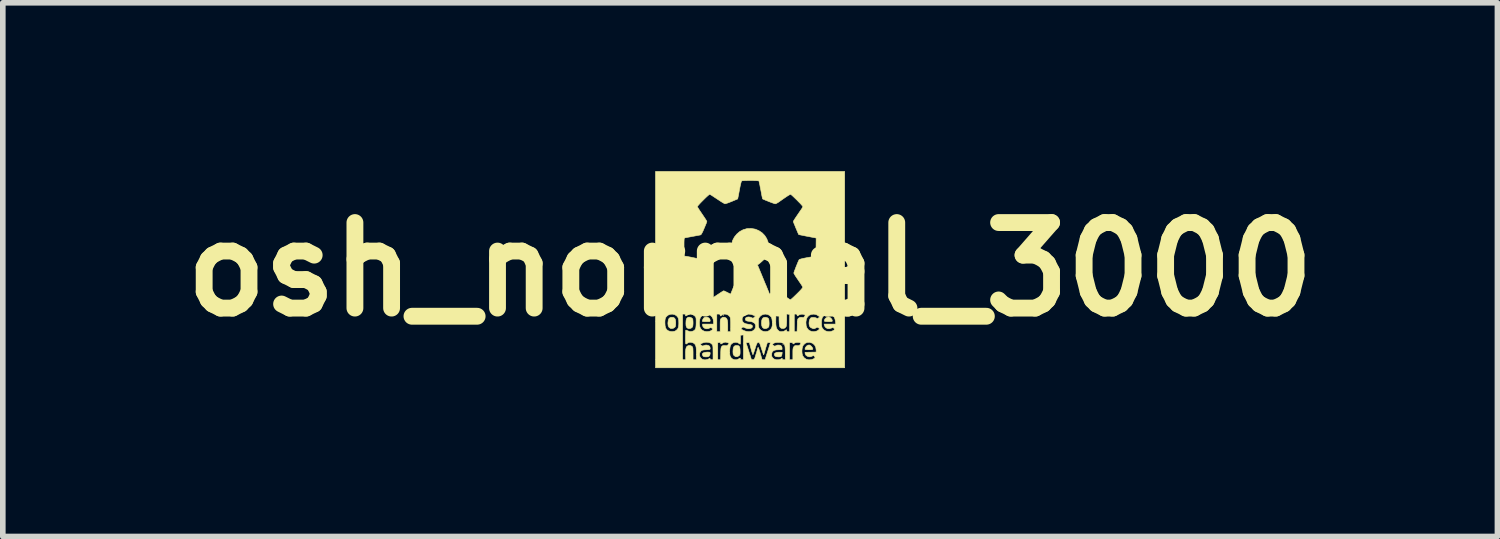
<source format=kicad_pcb>
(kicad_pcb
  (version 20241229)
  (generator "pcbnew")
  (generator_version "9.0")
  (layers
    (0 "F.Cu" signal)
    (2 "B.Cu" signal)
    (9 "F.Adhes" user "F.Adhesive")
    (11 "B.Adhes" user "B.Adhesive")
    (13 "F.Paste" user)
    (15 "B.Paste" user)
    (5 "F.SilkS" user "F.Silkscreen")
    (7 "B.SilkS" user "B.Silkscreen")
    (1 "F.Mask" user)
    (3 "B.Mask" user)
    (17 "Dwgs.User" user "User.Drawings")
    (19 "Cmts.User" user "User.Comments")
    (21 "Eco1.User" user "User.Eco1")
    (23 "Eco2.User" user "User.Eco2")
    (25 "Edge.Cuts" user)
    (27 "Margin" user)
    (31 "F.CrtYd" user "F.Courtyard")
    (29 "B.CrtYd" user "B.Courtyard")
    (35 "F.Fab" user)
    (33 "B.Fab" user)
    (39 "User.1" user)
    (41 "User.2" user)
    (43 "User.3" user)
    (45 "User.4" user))
  (footprint "osh_normal_3000"
    (layer "F.Cu")
    (at 10.312 1.749)
    (property "Reference" "osh_normal_3000" (at 0 0 0) (layer "F.SilkS") (effects (font (size 1.524 1.524) (thickness 0.3))))
    (attr through_hole)
    (fp_poly (pts (xy -0.474 0.817) (xy -0.478 0.821) (xy -0.483 0.817) (xy -0.478 0.813) (xy -0.474 0.817)) (stroke (width 0.01) (type solid)) (fill yes) (layer "F.SilkS"))
    (fp_poly (pts (xy 0.593 1.333) (xy 0.588 1.338) (xy 0.584 1.333) (xy 0.588 1.329) (xy 0.593 1.333)) (stroke (width 0.01) (type solid)) (fill yes) (layer "F.SilkS"))
    (fp_poly (pts (xy 0.522 1.475) (xy 0.572 1.477) (xy 0.569 1.507) (xy 0.564 1.53) (xy 0.558 1.546) (xy 0.557 1.547) (xy 0.542 1.555) (xy 0.517 1.558) (xy 0.489 1.557) (xy 0.463 1.553) (xy 0.446 1.545) (xy 0.445 1.545) (xy 0.432 1.523) (xy 0.433 1.504) (xy 0.449 1.489) (xy 0.475 1.478) (xy 0.512 1.475) (xy 0.522 1.475)) (stroke (width 0.01) (type solid)) (fill yes) (layer "F.SilkS"))
    (fp_poly (pts (xy 1.42 0.854) (xy 1.442 0.871) (xy 1.459 0.894) (xy 1.465 0.915) (xy 1.463 0.923) (xy 1.456 0.928) (xy 1.44 0.93) (xy 1.412 0.931) (xy 1.397 0.931) (xy 1.365 0.93) (xy 1.34 0.928) (xy 1.326 0.924) (xy 1.325 0.923) (xy 1.323 0.905) (xy 1.333 0.884) (xy 1.351 0.865) (xy 1.374 0.852) (xy 1.397 0.847) (xy 1.42 0.854)) (stroke (width 0.01) (type solid)) (fill yes) (layer "F.SilkS"))
    (fp_poly (pts (xy -0.762 0.851) (xy -0.736 0.864) (xy -0.717 0.885) (xy -0.711 0.91) (xy -0.712 0.921) (xy -0.716 0.927) (xy -0.728 0.93) (xy -0.75 0.931) (xy -0.778 0.931) (xy -0.809 0.931) (xy -0.834 0.929) (xy -0.848 0.927) (xy -0.849 0.926) (xy -0.85 0.914) (xy -0.844 0.895) (xy -0.833 0.875) (xy -0.82 0.86) (xy -0.819 0.859) (xy -0.791 0.849) (xy -0.762 0.851)) (stroke (width 0.01) (type solid)) (fill yes) (layer "F.SilkS"))
    (fp_poly (pts (xy -0.731 1.474) (xy -0.717 1.477) (xy -0.712 1.484) (xy -0.711 1.497) (xy -0.716 1.522) (xy -0.724 1.539) (xy -0.736 1.55) (xy -0.752 1.556) (xy -0.779 1.558) (xy -0.783 1.558) (xy -0.812 1.557) (xy -0.829 1.552) (xy -0.84 1.542) (xy -0.842 1.538) (xy -0.852 1.514) (xy -0.845 1.495) (xy -0.823 1.482) (xy -0.787 1.475) (xy -0.757 1.473) (xy -0.731 1.474)) (stroke (width 0.01) (type solid)) (fill yes) (layer "F.SilkS"))
    (fp_poly (pts (xy 1.071 1.353) (xy 1.091 1.369) (xy 1.107 1.389) (xy 1.117 1.408) (xy 1.118 1.413) (xy 1.116 1.422) (xy 1.11 1.427) (xy 1.096 1.43) (xy 1.07 1.431) (xy 1.05 1.431) (xy 1.018 1.43) (xy 0.994 1.428) (xy 0.98 1.425) (xy 0.979 1.424) (xy 0.979 1.413) (xy 0.985 1.394) (xy 0.987 1.391) (xy 1.006 1.365) (xy 1.035 1.349) (xy 1.055 1.346) (xy 1.071 1.353)) (stroke (width 0.01) (type solid)) (fill yes) (layer "F.SilkS"))
    (fp_poly (pts (xy -1.392 0.853) (xy -1.362 0.857) (xy -1.342 0.871) (xy -1.33 0.896) (xy -1.325 0.935) (xy -1.325 0.953) (xy -1.326 0.987) (xy -1.329 1.01) (xy -1.335 1.024) (xy -1.342 1.032) (xy -1.37 1.05) (xy -1.402 1.054) (xy -1.42 1.05) (xy -1.444 1.033) (xy -1.459 1.006) (xy -1.464 0.966) (xy -1.463 0.944) (xy -1.457 0.901) (xy -1.444 0.873) (xy -1.423 0.857) (xy -1.393 0.853) (xy -1.392 0.853)) (stroke (width 0.01) (type solid)) (fill yes) (layer "F.SilkS"))
    (fp_poly (pts (xy -0.21 1.358) (xy -0.193 1.37) (xy -0.183 1.392) (xy -0.179 1.428) (xy -0.178 1.458) (xy -0.178 1.491) (xy -0.18 1.512) (xy -0.186 1.526) (xy -0.195 1.536) (xy -0.2 1.54) (xy -0.23 1.556) (xy -0.259 1.554) (xy -0.284 1.537) (xy -0.296 1.523) (xy -0.302 1.507) (xy -0.304 1.483) (xy -0.305 1.46) (xy -0.302 1.415) (xy -0.294 1.384) (xy -0.279 1.365) (xy -0.256 1.356) (xy -0.235 1.355) (xy -0.21 1.358)) (stroke (width 0.01) (type solid)) (fill yes) (layer "F.SilkS"))
    (fp_poly (pts (xy 0.304 0.859) (xy 0.326 0.874) (xy 0.33 0.881) (xy 0.335 0.898) (xy 0.337 0.925) (xy 0.339 0.958) (xy 0.338 0.989) (xy 0.335 1.013) (xy 0.333 1.02) (xy 0.318 1.039) (xy 0.293 1.051) (xy 0.264 1.056) (xy 0.246 1.052) (xy 0.223 1.036) (xy 0.209 1.007) (xy 0.203 0.964) (xy 0.203 0.959) (xy 0.206 0.915) (xy 0.215 0.884) (xy 0.231 0.864) (xy 0.247 0.856) (xy 0.275 0.853) (xy 0.304 0.859)) (stroke (width 0.01) (type solid)) (fill yes) (layer "F.SilkS"))
    (fp_poly (pts (xy -1.072 0.852) (xy -1.047 0.861) (xy -1.027 0.876) (xy -1.021 0.885) (xy -1.019 0.9) (xy -1.017 0.927) (xy -1.016 0.956) (xy -1.018 0.993) (xy -1.023 1.018) (xy -1.031 1.032) (xy -1.053 1.048) (xy -1.081 1.055) (xy -1.101 1.053) (xy -1.121 1.042) (xy -1.134 1.027) (xy -1.141 1.003) (xy -1.143 0.967) (xy -1.143 0.957) (xy -1.141 0.913) (xy -1.134 0.882) (xy -1.12 0.863) (xy -1.099 0.852) (xy -1.097 0.852) (xy -1.072 0.852)) (stroke (width 0.01) (type solid)) (fill yes) (layer "F.SilkS"))
    (fp_poly (pts (xy 1.685 1.753) (xy -1.685 1.753) (xy -1.685 0.953) (xy -1.517 0.953) (xy -1.514 1.005) (xy -1.504 1.044) (xy -1.486 1.073) (xy -1.458 1.093) (xy -1.454 1.095) (xy -1.418 1.106) (xy -1.378 1.108) (xy -1.342 1.101) (xy -1.326 1.093) (xy -1.3 1.072) (xy -1.283 1.048) (xy -1.274 1.017) (xy -1.27 0.975) (xy -1.27 0.957) (xy -1.271 0.913) (xy -1.276 0.882) (xy -1.284 0.859) (xy -1.285 0.856) (xy -1.311 0.825) (xy -1.345 0.805) (xy -1.384 0.797) (xy -1.424 0.8) (xy -1.461 0.815) (xy -1.492 0.841) (xy -1.499 0.852) (xy -1.509 0.871) (xy -1.514 0.893) (xy -1.517 0.923) (xy -1.517 0.953) (xy -1.685 0.953) (xy -1.685 0.796) (xy -1.202 0.796) (xy -1.202 1.609) (xy -1.175 1.609) (xy -1.147 1.609) (xy -1.15 1.536) (xy -1.151 1.472) (xy -1.146 1.423) (xy -1.137 1.389) (xy -1.125 1.371) (xy -1.101 1.357) (xy -1.071 1.355) (xy -1.044 1.365) (xy -1.033 1.373) (xy -1.026 1.382) (xy -1.021 1.394) (xy -1.018 1.412) (xy -1.017 1.438) (xy -1.016 1.477) (xy -1.016 1.5) (xy -1.016 1.609) (xy -0.957 1.609) (xy -0.957 1.518) (xy -0.903 1.518) (xy -0.896 1.55) (xy -0.879 1.579) (xy -0.851 1.601) (xy -0.821 1.61) (xy -0.795 1.611) (xy -0.767 1.606) (xy -0.743 1.598) (xy -0.734 1.592) (xy -0.72 1.584) (xy -0.712 1.589) (xy -0.711 1.596) (xy -0.704 1.606) (xy -0.686 1.609) (xy -0.66 1.609) (xy -0.66 1.483) (xy -0.661 1.433) (xy -0.661 1.398) (xy -0.663 1.373) (xy -0.666 1.356) (xy -0.671 1.344) (xy -0.678 1.335) (xy -0.705 1.312) (xy -0.725 1.306) (xy -0.576 1.306) (xy -0.576 1.609) (xy -0.526 1.609) (xy -0.523 1.499) (xy -0.523 1.48) (xy -0.364 1.48) (xy -0.361 1.517) (xy -0.356 1.544) (xy -0.337 1.576) (xy -0.308 1.599) (xy -0.274 1.61) (xy -0.237 1.609) (xy -0.204 1.595) (xy -0.194 1.587) (xy -0.18 1.581) (xy -0.171 1.585) (xy -0.173 1.598) (xy -0.174 1.6) (xy -0.17 1.606) (xy -0.153 1.609) (xy -0.149 1.609) (xy -0.119 1.609) (xy -0.119 1.312) (xy -0.072 1.312) (xy -0.072 1.313) (xy -0.067 1.324) (xy -0.059 1.348) (xy -0.047 1.382) (xy -0.034 1.424) (xy -0.024 1.455) (xy -0.01 1.5) (xy 0.003 1.54) (xy 0.013 1.572) (xy 0.019 1.592) (xy 0.021 1.598) (xy 0.031 1.606) (xy 0.05 1.609) (xy 0.062 1.608) (xy 0.07 1.604) (xy 0.078 1.593) (xy 0.086 1.574) (xy 0.096 1.542) (xy 0.101 1.525) (xy 0.113 1.487) (xy 0.123 1.452) (xy 0.13 1.425) (xy 0.132 1.415) (xy 0.138 1.397) (xy 0.143 1.389) (xy 0.144 1.389) (xy 0.148 1.396) (xy 0.156 1.417) (xy 0.167 1.449) (xy 0.179 1.487) (xy 0.182 1.499) (xy 0.214 1.609) (xy 0.267 1.609) (xy 0.298 1.511) (xy 0.382 1.511) (xy 0.385 1.546) (xy 0.401 1.575) (xy 0.428 1.597) (xy 0.463 1.609) (xy 0.505 1.609) (xy 0.515 1.608) (xy 0.538 1.601) (xy 0.553 1.593) (xy 0.553 1.592) (xy 0.566 1.584) (xy 0.574 1.587) (xy 0.573 1.596) (xy 0.573 1.605) (xy 0.586 1.608) (xy 0.597 1.609) (xy 0.627 1.609) (xy 0.627 1.491) (xy 0.626 1.435) (xy 0.624 1.394) (xy 0.62 1.364) (xy 0.613 1.343) (xy 0.604 1.328) (xy 0.59 1.317) (xy 0.587 1.315) (xy 0.561 1.305) (xy 0.555 1.304) (xy 0.703 1.304) (xy 0.703 1.609) (xy 0.762 1.609) (xy 0.762 1.504) (xy 0.762 1.459) (xy 0.762 1.453) (xy 0.923 1.453) (xy 0.926 1.496) (xy 0.934 1.532) (xy 0.938 1.54) (xy 0.965 1.576) (xy 1.001 1.6) (xy 1.044 1.611) (xy 1.09 1.608) (xy 1.128 1.595) (xy 1.15 1.58) (xy 1.157 1.567) (xy 1.148 1.551) (xy 1.145 1.547) (xy 1.131 1.536) (xy 1.12 1.537) (xy 1.108 1.544) (xy 1.079 1.556) (xy 1.047 1.557) (xy 1.017 1.546) (xy 0.993 1.528) (xy 0.981 1.502) (xy 0.98 1.499) (xy 0.978 1.477) (xy 1.077 1.475) (xy 1.177 1.473) (xy 1.177 1.437) (xy 1.17 1.388) (xy 1.149 1.348) (xy 1.116 1.318) (xy 1.105 1.313) (xy 1.061 1.299) (xy 1.018 1.301) (xy 0.981 1.317) (xy 0.951 1.346) (xy 0.936 1.373) (xy 0.927 1.41) (xy 0.923 1.453) (xy 0.762 1.453) (xy 0.763 1.428) (xy 0.766 1.407) (xy 0.77 1.392) (xy 0.777 1.38) (xy 0.78 1.376) (xy 0.794 1.361) (xy 0.81 1.356) (xy 0.834 1.357) (xy 0.835 1.357) (xy 0.861 1.358) (xy 0.878 1.352) (xy 0.89 1.341) (xy 0.902 1.325) (xy 0.902 1.314) (xy 0.899 1.31) (xy 0.881 1.302) (xy 0.855 1.3) (xy 0.825 1.302) (xy 0.8 1.308) (xy 0.79 1.314) (xy 0.773 1.327) (xy 0.764 1.326) (xy 0.762 1.317) (xy 0.756 1.307) (xy 0.735 1.304) (xy 0.732 1.304) (xy 0.703 1.304) (xy 0.555 1.304) (xy 0.524 1.3) (xy 0.485 1.3) (xy 0.449 1.305) (xy 0.422 1.315) (xy 0.421 1.316) (xy 0.403 1.329) (xy 0.4 1.339) (xy 0.411 1.351) (xy 0.419 1.357) (xy 0.436 1.367) (xy 0.448 1.366) (xy 0.459 1.359) (xy 0.489 1.348) (xy 0.525 1.349) (xy 0.545 1.356) (xy 0.562 1.37) (xy 0.569 1.394) (xy 0.57 1.415) (xy 0.569 1.426) (xy 0.568 1.427) (xy 0.559 1.429) (xy 0.537 1.43) (xy 0.512 1.431) (xy 0.462 1.434) (xy 0.425 1.444) (xy 0.401 1.462) (xy 0.393 1.474) (xy 0.382 1.511) (xy 0.298 1.511) (xy 0.362 1.308) (xy 0.34 1.303) (xy 0.321 1.302) (xy 0.31 1.305) (xy 0.305 1.315) (xy 0.297 1.338) (xy 0.287 1.371) (xy 0.275 1.41) (xy 0.274 1.414) (xy 0.263 1.454) (xy 0.254 1.487) (xy 0.246 1.511) (xy 0.242 1.521) (xy 0.242 1.522) (xy 0.238 1.516) (xy 0.231 1.496) (xy 0.221 1.466) (xy 0.209 1.429) (xy 0.207 1.425) (xy 0.192 1.377) (xy 0.181 1.343) (xy 0.172 1.32) (xy 0.164 1.307) (xy 0.157 1.301) (xy 0.149 1.3) (xy 0.142 1.301) (xy 0.133 1.305) (xy 0.125 1.314) (xy 0.117 1.331) (xy 0.106 1.358) (xy 0.093 1.399) (xy 0.089 1.411) (xy 0.076 1.451) (xy 0.065 1.484) (xy 0.056 1.508) (xy 0.051 1.519) (xy 0.051 1.52) (xy 0.047 1.513) (xy 0.04 1.493) (xy 0.03 1.463) (xy 0.019 1.424) (xy 0.016 1.413) (xy -0.013 1.304) (xy -0.045 1.304) (xy -0.066 1.306) (xy -0.072 1.312) (xy -0.119 1.312) (xy -0.119 1.167) (xy -0.171 1.173) (xy -0.171 1.249) (xy -0.171 1.283) (xy -0.172 1.311) (xy -0.174 1.328) (xy -0.175 1.331) (xy -0.182 1.33) (xy -0.195 1.321) (xy -0.223 1.303) (xy -0.258 1.298) (xy -0.294 1.304) (xy -0.325 1.322) (xy -0.344 1.343) (xy -0.353 1.365) (xy -0.359 1.398) (xy -0.363 1.438) (xy -0.364 1.48) (xy -0.523 1.48) (xy -0.522 1.453) (xy -0.52 1.421) (xy -0.517 1.399) (xy -0.512 1.384) (xy -0.506 1.374) (xy -0.504 1.372) (xy -0.49 1.36) (xy -0.473 1.356) (xy -0.448 1.357) (xy -0.423 1.359) (xy -0.408 1.355) (xy -0.395 1.344) (xy -0.391 1.338) (xy -0.373 1.314) (xy -0.399 1.305) (xy -0.434 1.296) (xy -0.463 1.3) (xy -0.489 1.312) (xy -0.51 1.325) (xy -0.521 1.328) (xy -0.525 1.323) (xy -0.525 1.314) (xy -0.528 1.303) (xy -0.542 1.301) (xy -0.55 1.302) (xy -0.576 1.306) (xy -0.725 1.306) (xy -0.743 1.3) (xy -0.786 1.297) (xy -0.83 1.305) (xy -0.854 1.314) (xy -0.892 1.332) (xy -0.868 1.351) (xy -0.851 1.363) (xy -0.839 1.365) (xy -0.824 1.357) (xy -0.824 1.357) (xy -0.8 1.349) (xy -0.771 1.348) (xy -0.743 1.355) (xy -0.724 1.367) (xy -0.722 1.368) (xy -0.714 1.388) (xy -0.711 1.406) (xy -0.712 1.417) (xy -0.716 1.424) (xy -0.727 1.428) (xy -0.747 1.43) (xy -0.782 1.432) (xy -0.782 1.432) (xy -0.819 1.434) (xy -0.844 1.438) (xy -0.86 1.444) (xy -0.874 1.454) (xy -0.875 1.456) (xy -0.896 1.485) (xy -0.903 1.518) (xy -0.957 1.518) (xy -0.957 1.492) (xy -0.958 1.435) (xy -0.961 1.392) (xy -0.968 1.361) (xy -0.979 1.338) (xy -0.995 1.321) (xy -1.017 1.308) (xy -1.019 1.307) (xy -1.05 1.299) (xy -1.081 1.299) (xy -1.108 1.308) (xy -1.118 1.317) (xy -1.132 1.327) (xy -1.14 1.329) (xy -1.145 1.327) (xy -1.148 1.317) (xy -1.15 1.299) (xy -1.151 1.269) (xy -1.151 1.225) (xy -1.151 1.209) (xy -1.15 1.165) (xy -1.149 1.128) (xy -1.148 1.099) (xy -1.146 1.084) (xy -1.146 1.082) (xy -1.137 1.082) (xy -1.12 1.09) (xy -1.115 1.092) (xy -1.077 1.107) (xy -1.038 1.106) (xy -1.007 1.095) (xy -0.988 1.081) (xy -0.975 1.064) (xy -0.967 1.04) (xy -0.963 1.006) (xy -0.961 0.973) (xy -0.903 0.973) (xy -0.897 1.015) (xy -0.885 1.048) (xy -0.885 1.049) (xy -0.857 1.08) (xy -0.82 1.1) (xy -0.776 1.109) (xy -0.731 1.105) (xy -0.709 1.098) (xy -0.687 1.086) (xy -0.671 1.074) (xy -0.671 1.073) (xy -0.666 1.063) (xy -0.673 1.053) (xy -0.682 1.046) (xy -0.698 1.037) (xy -0.711 1.039) (xy -0.722 1.045) (xy -0.743 1.054) (xy -0.769 1.058) (xy -0.773 1.058) (xy -0.804 1.052) (xy -0.829 1.034) (xy -0.844 1.01) (xy -0.847 0.995) (xy -0.847 0.974) (xy -0.652 0.974) (xy -0.652 0.933) (xy -0.659 0.884) (xy -0.679 0.845) (xy -0.71 0.816) (xy -0.752 0.8) (xy -0.764 0.798) (xy -0.809 0.801) (xy -0.849 0.818) (xy -0.88 0.85) (xy -0.883 0.854) (xy -0.895 0.886) (xy -0.902 0.928) (xy -0.903 0.973) (xy -0.961 0.973) (xy -0.961 0.96) (xy -0.961 0.947) (xy -0.961 0.907) (xy -0.962 0.879) (xy -0.965 0.861) (xy -0.97 0.849) (xy -0.979 0.838) (xy -0.987 0.829) (xy -1.022 0.805) (xy -1.06 0.797) (xy -1.099 0.805) (xy -1.113 0.812) (xy -1.137 0.825) (xy -1.148 0.829) (xy -1.151 0.823) (xy -1.149 0.813) (xy -1.148 0.801) (xy -1.158 0.797) (xy -1.173 0.796) (xy -0.593 0.796) (xy -0.593 1.109) (xy -0.533 1.109) (xy -0.533 1.001) (xy -0.533 0.955) (xy -0.532 0.923) (xy -0.53 0.902) (xy -0.526 0.888) (xy -0.52 0.878) (xy -0.517 0.874) (xy -0.49 0.854) (xy -0.461 0.851) (xy -0.443 0.857) (xy -0.425 0.868) (xy -0.413 0.883) (xy -0.405 0.906) (xy -0.4 0.938) (xy -0.398 0.984) (xy -0.398 1.01) (xy -0.398 1.109) (xy -0.347 1.109) (xy -0.347 1.059) (xy -0.161 1.059) (xy -0.154 1.066) (xy -0.136 1.077) (xy -0.117 1.087) (xy -0.07 1.104) (xy -0.02 1.109) (xy 0.026 1.103) (xy 0.046 1.096) (xy 0.076 1.073) (xy 0.095 1.041) (xy 0.099 1.005) (xy 0.098 0.997) (xy 0.086 0.966) (xy 0.071 0.953) (xy 0.148 0.953) (xy 0.149 0.994) (xy 0.152 1.023) (xy 0.158 1.043) (xy 0.163 1.053) (xy 0.193 1.084) (xy 0.231 1.103) (xy 0.273 1.109) (xy 0.314 1.103) (xy 0.34 1.09) (xy 0.368 1.066) (xy 0.386 1.037) (xy 0.395 1) (xy 0.396 0.951) (xy 0.396 0.943) (xy 0.396 0.941) (xy 0.458 0.941) (xy 0.46 0.988) (xy 0.465 1.024) (xy 0.474 1.051) (xy 0.487 1.072) (xy 0.495 1.081) (xy 0.517 1.1) (xy 0.538 1.108) (xy 0.561 1.109) (xy 0.6 1.103) (xy 0.62 1.092) (xy 0.637 1.08) (xy 0.647 1.075) (xy 0.647 1.075) (xy 0.651 1.082) (xy 0.652 1.092) (xy 0.656 1.105) (xy 0.671 1.109) (xy 0.677 1.109) (xy 0.703 1.109) (xy 0.704 0.965) (xy 0.704 0.917) (xy 0.705 0.874) (xy 0.705 0.84) (xy 0.706 0.818) (xy 0.706 0.811) (xy 0.699 0.803) (xy 0.681 0.798) (xy 0.679 0.797) (xy 0.663 0.796) (xy 0.787 0.796) (xy 0.787 1.109) (xy 0.837 1.109) (xy 0.84 0.999) (xy 0.841 0.953) (xy 0.841 0.953) (xy 0.995 0.953) (xy 0.999 1.004) (xy 1.014 1.044) (xy 1.039 1.076) (xy 1.058 1.09) (xy 1.094 1.105) (xy 1.137 1.109) (xy 1.179 1.101) (xy 1.188 1.098) (xy 1.21 1.086) (xy 1.227 1.072) (xy 1.227 1.072) (xy 1.234 1.06) (xy 1.23 1.05) (xy 1.22 1.042) (xy 1.206 1.033) (xy 1.194 1.032) (xy 1.178 1.039) (xy 1.17 1.044) (xy 1.15 1.054) (xy 1.134 1.057) (xy 1.113 1.051) (xy 1.106 1.049) (xy 1.077 1.034) (xy 1.059 1.011) (xy 1.051 0.976) (xy 1.05 0.955) (xy 1.271 0.955) (xy 1.273 0.996) (xy 1.279 1.029) (xy 1.284 1.041) (xy 1.311 1.075) (xy 1.348 1.098) (xy 1.39 1.109) (xy 1.436 1.107) (xy 1.47 1.095) (xy 1.494 1.082) (xy 1.504 1.07) (xy 1.5 1.057) (xy 1.492 1.048) (xy 1.48 1.037) (xy 1.468 1.037) (xy 1.45 1.045) (xy 1.449 1.045) (xy 1.413 1.056) (xy 1.378 1.054) (xy 1.349 1.038) (xy 1.329 1.012) (xy 1.324 0.997) (xy 1.319 0.974) (xy 1.526 0.974) (xy 1.52 0.925) (xy 1.511 0.88) (xy 1.495 0.847) (xy 1.471 0.823) (xy 1.456 0.814) (xy 1.414 0.799) (xy 1.371 0.799) (xy 1.331 0.813) (xy 1.298 0.84) (xy 1.29 0.851) (xy 1.28 0.877) (xy 1.273 0.914) (xy 1.271 0.955) (xy 1.05 0.955) (xy 1.05 0.954) (xy 1.054 0.917) (xy 1.065 0.886) (xy 1.08 0.865) (xy 1.088 0.86) (xy 1.115 0.855) (xy 1.146 0.857) (xy 1.173 0.863) (xy 1.183 0.868) (xy 1.197 0.875) (xy 1.209 0.872) (xy 1.22 0.863) (xy 1.24 0.847) (xy 1.215 0.826) (xy 1.178 0.805) (xy 1.136 0.797) (xy 1.093 0.801) (xy 1.054 0.817) (xy 1.05 0.82) (xy 1.021 0.849) (xy 1.003 0.887) (xy 0.995 0.935) (xy 0.995 0.953) (xy 0.841 0.953) (xy 0.843 0.921) (xy 0.846 0.9) (xy 0.85 0.886) (xy 0.856 0.876) (xy 0.86 0.871) (xy 0.888 0.855) (xy 0.922 0.854) (xy 0.936 0.857) (xy 0.952 0.857) (xy 0.968 0.842) (xy 0.969 0.841) (xy 0.979 0.825) (xy 0.979 0.816) (xy 0.97 0.807) (xy 0.969 0.807) (xy 0.947 0.799) (xy 0.918 0.798) (xy 0.889 0.804) (xy 0.866 0.815) (xy 0.865 0.816) (xy 0.848 0.828) (xy 0.84 0.826) (xy 0.838 0.813) (xy 0.834 0.8) (xy 0.819 0.796) (xy 0.813 0.796) (xy 0.787 0.796) (xy 0.663 0.796) (xy 0.652 0.795) (xy 0.652 0.897) (xy 0.651 0.94) (xy 0.649 0.978) (xy 0.646 1.006) (xy 0.642 1.019) (xy 0.623 1.042) (xy 0.596 1.054) (xy 0.566 1.052) (xy 0.56 1.05) (xy 0.543 1.041) (xy 0.531 1.026) (xy 0.523 1.005) (xy 0.519 0.973) (xy 0.517 0.928) (xy 0.516 0.897) (xy 0.516 0.795) (xy 0.489 0.797) (xy 0.461 0.8) (xy 0.459 0.881) (xy 0.458 0.941) (xy 0.396 0.941) (xy 0.391 0.895) (xy 0.384 0.863) (xy 0.378 0.851) (xy 0.349 0.821) (xy 0.311 0.802) (xy 0.271 0.796) (xy 0.23 0.803) (xy 0.193 0.822) (xy 0.168 0.848) (xy 0.159 0.864) (xy 0.152 0.881) (xy 0.149 0.903) (xy 0.148 0.936) (xy 0.148 0.953) (xy 0.071 0.953) (xy 0.061 0.944) (xy 0.022 0.931) (xy -0.01 0.926) (xy -0.047 0.921) (xy -0.069 0.914) (xy -0.081 0.903) (xy -0.085 0.886) (xy -0.085 0.884) (xy -0.077 0.864) (xy -0.058 0.852) (xy -0.031 0.847) (xy 0.00049 0.85) (xy 0.027 0.86) (xy 0.045 0.868) (xy 0.058 0.867) (xy 0.072 0.855) (xy 0.074 0.853) (xy 0.094 0.832) (xy 0.062 0.817) (xy 0.017 0.801) (xy -0.029 0.797) (xy -0.071 0.802) (xy -0.105 0.818) (xy -0.128 0.841) (xy -0.142 0.876) (xy -0.141 0.909) (xy -0.135 0.925) (xy -0.115 0.95) (xy -0.082 0.967) (xy -0.034 0.977) (xy -0.03 0.977) (xy 0.007 0.983) (xy 0.03 0.992) (xy 0.041 1.005) (xy 0.042 1.017) (xy 0.035 1.037) (xy 0.015 1.05) (xy -0.013 1.056) (xy -0.047 1.055) (xy -0.083 1.044) (xy -0.091 1.04) (xy -0.114 1.03) (xy -0.127 1.027) (xy -0.137 1.031) (xy -0.144 1.038) (xy -0.157 1.051) (xy -0.161 1.059) (xy -0.347 1.059) (xy -0.347 0.986) (xy -0.347 0.935) (xy -0.349 0.898) (xy -0.351 0.872) (xy -0.355 0.855) (xy -0.36 0.843) (xy -0.361 0.842) (xy -0.387 0.816) (xy -0.42 0.8) (xy -0.456 0.796) (xy -0.489 0.805) (xy -0.502 0.813) (xy -0.518 0.825) (xy -0.528 0.83) (xy -0.528 0.83) (xy -0.532 0.823) (xy -0.533 0.813) (xy -0.537 0.801) (xy -0.55 0.796) (xy -0.563 0.796) (xy -0.593 0.796) (xy -1.173 0.796) (xy -1.202 0.796) (xy -1.685 0.796) (xy -1.685 -0.398) (xy -1.177 -0.398) (xy -1.177 -0.348) (xy -1.175 -0.304) (xy -1.174 -0.269) (xy -1.172 -0.246) (xy -1.17 -0.237) (xy -1.17 -0.237) (xy -1.153 -0.235) (xy -1.125 -0.231) (xy -1.088 -0.224) (xy -1.046 -0.216) (xy -1.003 -0.207) (xy -0.961 -0.198) (xy -0.924 -0.189) (xy -0.895 -0.182) (xy -0.878 -0.177) (xy -0.875 -0.175) (xy -0.868 -0.163) (xy -0.857 -0.139) (xy -0.842 -0.106) (xy -0.827 -0.068) (xy -0.811 -0.028) (xy -0.797 0.009) (xy -0.786 0.039) (xy -0.78 0.06) (xy -0.779 0.067) (xy -0.784 0.082) (xy -0.796 0.104) (xy -0.807 0.119) (xy -0.83 0.151) (xy -0.855 0.186) (xy -0.88 0.223) (xy -0.903 0.258) (xy -0.922 0.287) (xy -0.935 0.309) (xy -0.94 0.321) (xy -0.94 0.321) (xy -0.934 0.33) (xy -0.918 0.349) (xy -0.895 0.374) (xy -0.867 0.404) (xy -0.836 0.435) (xy -0.805 0.467) (xy -0.776 0.496) (xy -0.751 0.519) (xy -0.732 0.535) (xy -0.723 0.541) (xy -0.714 0.537) (xy -0.693 0.524) (xy -0.663 0.505) (xy -0.626 0.481) (xy -0.597 0.461) (xy -0.557 0.435) (xy -0.522 0.412) (xy -0.494 0.394) (xy -0.476 0.384) (xy -0.47 0.381) (xy -0.459 0.385) (xy -0.437 0.395) (xy -0.409 0.409) (xy -0.404 0.411) (xy -0.347 0.441) (xy -0.339 0.422) (xy -0.334 0.409) (xy -0.323 0.382) (xy -0.308 0.345) (xy -0.289 0.3) (xy -0.268 0.249) (xy -0.254 0.216) (xy -0.231 0.16) (xy -0.208 0.106) (xy -0.188 0.056) (xy -0.171 0.015) (xy -0.159 -0.015) (xy -0.155 -0.025) (xy -0.132 -0.079) (xy -0.161 -0.101) (xy -0.228 -0.158) (xy -0.277 -0.218) (xy -0.311 -0.281) (xy -0.329 -0.348) (xy -0.332 -0.42) (xy -0.329 -0.45) (xy -0.312 -0.515) (xy -0.28 -0.576) (xy -0.236 -0.63) (xy -0.183 -0.675) (xy -0.123 -0.707) (xy -0.057 -0.726) (xy -0.051 -0.727) (xy 0.023 -0.729) (xy 0.093 -0.717) (xy 0.157 -0.69) (xy 0.214 -0.652) (xy 0.261 -0.604) (xy 0.297 -0.547) (xy 0.322 -0.482) (xy 0.332 -0.412) (xy 0.329 -0.35) (xy 0.313 -0.285) (xy 0.281 -0.223) (xy 0.234 -0.164) (xy 0.17 -0.107) (xy 0.161 -0.101) (xy 0.132 -0.079) (xy 0.169 0.009) (xy 0.183 0.043) (xy 0.201 0.086) (xy 0.221 0.135) (xy 0.243 0.188) (xy 0.265 0.242) (xy 0.287 0.293) (xy 0.306 0.34) (xy 0.322 0.379) (xy 0.334 0.408) (xy 0.339 0.422) (xy 0.347 0.441) (xy 0.402 0.411) (xy 0.43 0.396) (xy 0.454 0.386) (xy 0.468 0.381) (xy 0.468 0.381) (xy 0.479 0.386) (xy 0.501 0.398) (xy 0.531 0.418) (xy 0.568 0.442) (xy 0.596 0.461) (xy 0.635 0.488) (xy 0.67 0.511) (xy 0.697 0.529) (xy 0.714 0.539) (xy 0.719 0.542) (xy 0.727 0.536) (xy 0.745 0.52) (xy 0.771 0.497) (xy 0.803 0.466) (xy 0.834 0.436) (xy 0.877 0.393) (xy 0.907 0.361) (xy 0.927 0.337) (xy 0.937 0.322) (xy 0.938 0.315) (xy 0.932 0.303) (xy 0.918 0.28) (xy 0.897 0.248) (xy 0.872 0.212) (xy 0.856 0.188) (xy 0.83 0.15) (xy 0.807 0.116) (xy 0.791 0.089) (xy 0.781 0.071) (xy 0.779 0.066) (xy 0.782 0.053) (xy 0.79 0.029) (xy 0.803 -0.004) (xy 0.817 -0.042) (xy 0.833 -0.081) (xy 0.848 -0.118) (xy 0.861 -0.148) (xy 0.871 -0.168) (xy 0.875 -0.175) (xy 0.887 -0.18) (xy 0.911 -0.187) (xy 0.946 -0.196) (xy 0.988 -0.204) (xy 1.003 -0.207) (xy 1.048 -0.215) (xy 1.089 -0.223) (xy 1.122 -0.23) (xy 1.144 -0.235) (xy 1.147 -0.236) (xy 1.173 -0.243) (xy 1.175 -0.4) (xy 1.177 -0.558) (xy 1.158 -0.563) (xy 1.143 -0.566) (xy 1.115 -0.571) (xy 1.077 -0.578) (xy 1.033 -0.587) (xy 1.004 -0.592) (xy 0.959 -0.601) (xy 0.92 -0.609) (xy 0.89 -0.615) (xy 0.871 -0.619) (xy 0.867 -0.62) (xy 0.862 -0.629) (xy 0.852 -0.651) (xy 0.839 -0.682) (xy 0.824 -0.717) (xy 0.808 -0.755) (xy 0.794 -0.791) (xy 0.781 -0.821) (xy 0.773 -0.843) (xy 0.77 -0.852) (xy 0.774 -0.863) (xy 0.787 -0.884) (xy 0.808 -0.917) (xy 0.838 -0.961) (xy 0.877 -1.018) (xy 0.903 -1.056) (xy 0.921 -1.082) (xy 0.934 -1.105) (xy 0.94 -1.118) (xy 0.94 -1.119) (xy 0.934 -1.129) (xy 0.918 -1.147) (xy 0.895 -1.173) (xy 0.866 -1.202) (xy 0.835 -1.234) (xy 0.803 -1.265) (xy 0.773 -1.294) (xy 0.748 -1.317) (xy 0.73 -1.332) (xy 0.72 -1.338) (xy 0.709 -1.333) (xy 0.686 -1.32) (xy 0.654 -1.3) (xy 0.616 -1.274) (xy 0.574 -1.245) (xy 0.53 -1.214) (xy 0.524 -1.209) (xy 0.495 -1.19) (xy 0.47 -1.176) (xy 0.452 -1.169) (xy 0.449 -1.168) (xy 0.437 -1.171) (xy 0.413 -1.179) (xy 0.38 -1.191) (xy 0.343 -1.205) (xy 0.306 -1.22) (xy 0.271 -1.234) (xy 0.244 -1.246) (xy 0.226 -1.254) (xy 0.223 -1.256) (xy 0.22 -1.265) (xy 0.215 -1.288) (xy 0.208 -1.322) (xy 0.2 -1.365) (xy 0.191 -1.413) (xy 0.181 -1.462) (xy 0.173 -1.506) (xy 0.165 -1.541) (xy 0.16 -1.565) (xy 0.157 -1.575) (xy 0.147 -1.578) (xy 0.123 -1.58) (xy 0.09 -1.582) (xy 0.049 -1.583) (xy 0.005 -1.583) (xy -0.039 -1.583) (xy -0.08 -1.582) (xy -0.114 -1.581) (xy -0.139 -1.579) (xy -0.15 -1.576) (xy -0.155 -1.566) (xy -0.163 -1.542) (xy -0.171 -1.508) (xy -0.18 -1.467) (xy -0.182 -1.456) (xy -0.191 -1.409) (xy -0.199 -1.365) (xy -0.206 -1.327) (xy -0.212 -1.3) (xy -0.212 -1.298) (xy -0.221 -1.255) (xy -0.326 -1.211) (xy -0.366 -1.195) (xy -0.401 -1.182) (xy -0.429 -1.173) (xy -0.445 -1.169) (xy -0.446 -1.168) (xy -0.458 -1.173) (xy -0.481 -1.186) (xy -0.513 -1.205) (xy -0.551 -1.23) (xy -0.586 -1.253) (xy -0.627 -1.28) (xy -0.663 -1.304) (xy -0.692 -1.323) (xy -0.713 -1.334) (xy -0.721 -1.338) (xy -0.73 -1.332) (xy -0.749 -1.316) (xy -0.775 -1.293) (xy -0.805 -1.264) (xy -0.836 -1.233) (xy -0.868 -1.201) (xy -0.896 -1.172) (xy -0.919 -1.146) (xy -0.934 -1.128) (xy -0.94 -1.119) (xy -0.935 -1.109) (xy -0.922 -1.087) (xy -0.903 -1.057) (xy -0.878 -1.02) (xy -0.855 -0.986) (xy -0.828 -0.946) (xy -0.804 -0.91) (xy -0.785 -0.881) (xy -0.774 -0.861) (xy -0.77 -0.854) (xy -0.774 -0.842) (xy -0.782 -0.818) (xy -0.796 -0.785) (xy -0.812 -0.746) (xy -0.819 -0.73) (xy -0.839 -0.683) (xy -0.856 -0.649) (xy -0.868 -0.628) (xy -0.878 -0.617) (xy -0.884 -0.614) (xy -0.899 -0.611) (xy -0.926 -0.606) (xy -0.963 -0.599) (xy -1.006 -0.591) (xy -1.02 -0.589) (xy -1.065 -0.58) (xy -1.104 -0.573) (xy -1.135 -0.567) (xy -1.155 -0.563) (xy -1.158 -0.563) (xy -1.164 -0.561) (xy -1.169 -0.557) (xy -1.173 -0.549) (xy -1.175 -0.534) (xy -1.176 -0.511) (xy -1.177 -0.476) (xy -1.177 -0.428) (xy -1.177 -0.398) (xy -1.685 -0.398) (xy -1.685 -1.744) (xy 1.685 -1.744) (xy 1.685 1.753)) (stroke (width 0.01) (type solid)) (fill yes) (layer "F.SilkS")))
  (gr_rect
    (start -3 -3)
    (end 23.625 6.507)
    (stroke (width 0.1) (type default))
    (fill no)
    (layer "Edge.Cuts")))
</source>
